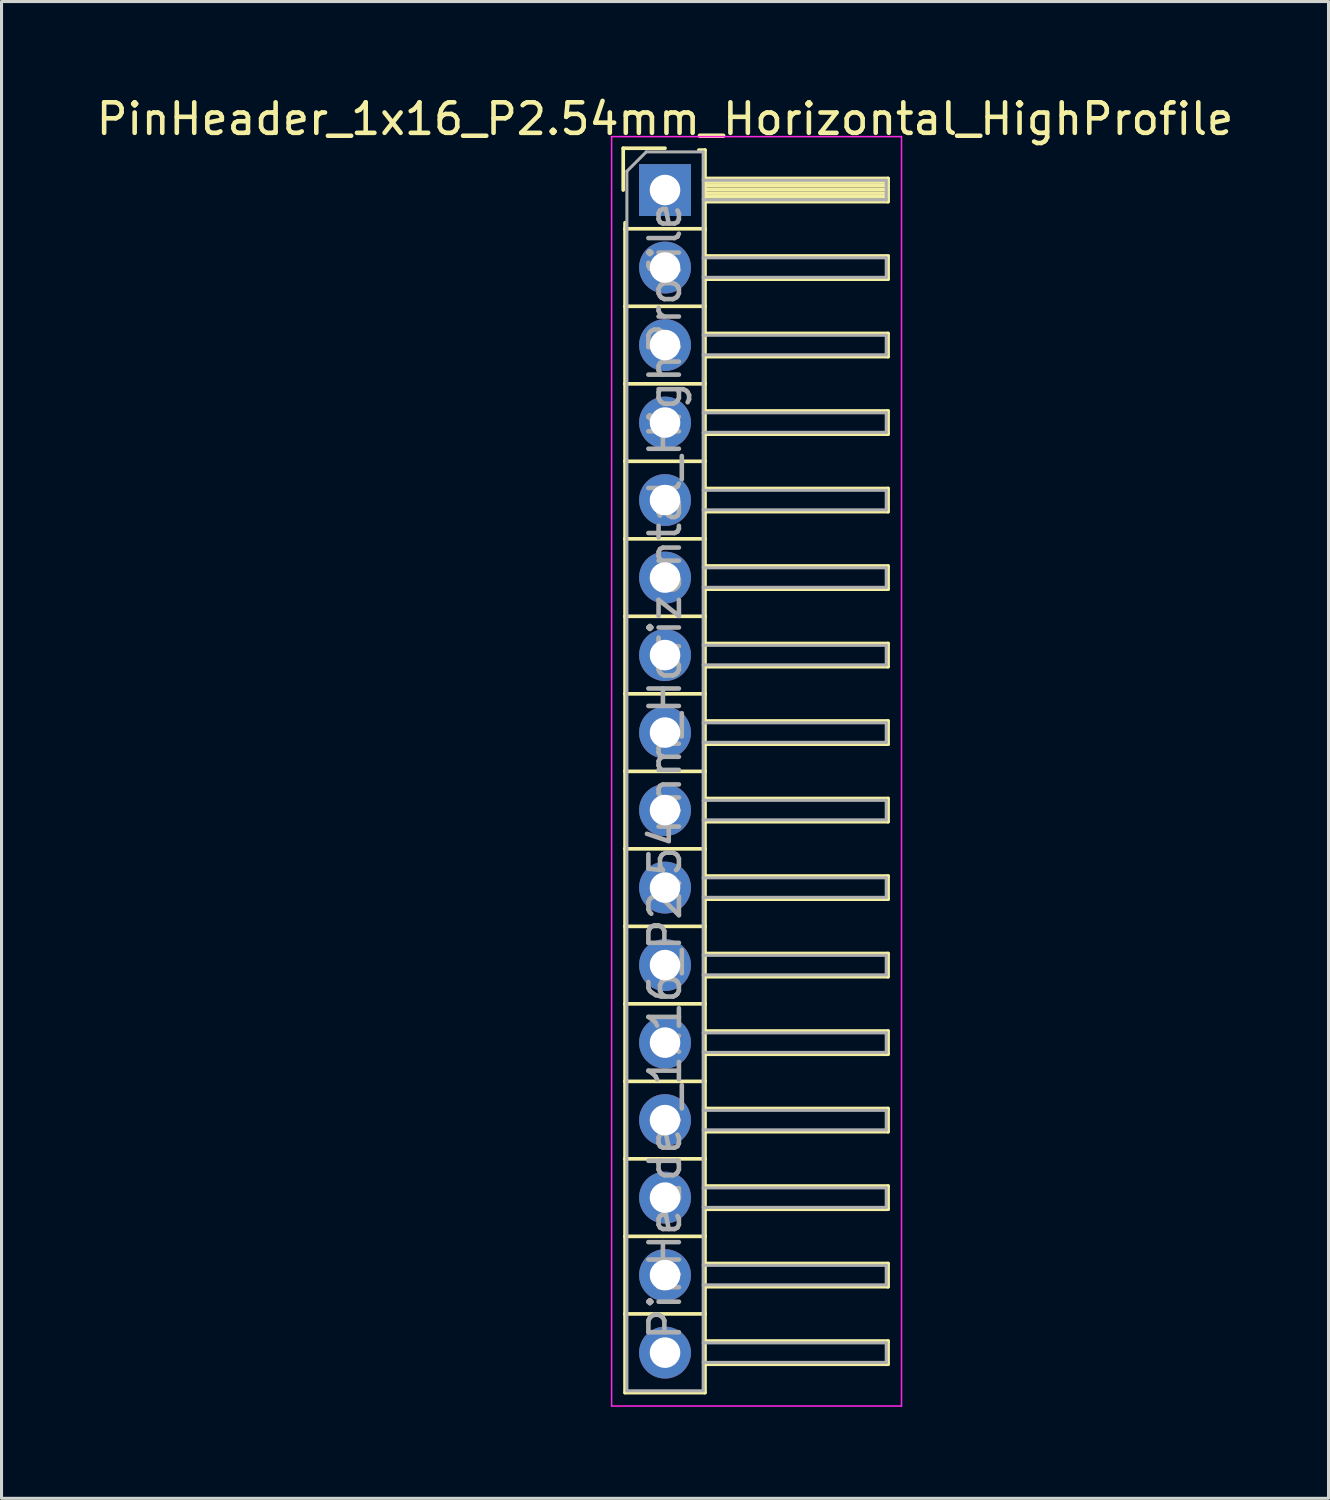
<source format=kicad_pcb>
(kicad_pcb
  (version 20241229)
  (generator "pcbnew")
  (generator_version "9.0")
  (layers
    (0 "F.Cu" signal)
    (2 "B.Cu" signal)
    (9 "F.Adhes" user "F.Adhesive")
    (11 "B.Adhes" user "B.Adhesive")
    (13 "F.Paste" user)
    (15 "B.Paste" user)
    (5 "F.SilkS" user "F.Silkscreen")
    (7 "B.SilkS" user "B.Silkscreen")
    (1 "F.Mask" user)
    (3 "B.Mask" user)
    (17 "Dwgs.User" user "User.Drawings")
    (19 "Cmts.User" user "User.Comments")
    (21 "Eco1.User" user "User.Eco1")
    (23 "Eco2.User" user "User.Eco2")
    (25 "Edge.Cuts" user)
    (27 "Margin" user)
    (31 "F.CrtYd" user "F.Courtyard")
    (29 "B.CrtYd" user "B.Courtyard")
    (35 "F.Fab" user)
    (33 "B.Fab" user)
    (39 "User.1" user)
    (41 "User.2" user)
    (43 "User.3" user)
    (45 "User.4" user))
  (footprint "PinHeader_1x16_P2.54mm_Horizontal_HighProfile"
    (layer "F.Cu")
    (at 18.744 3.178)
    (property "Reference" "PinHeader_1x16_P2.54mm_Horizontal_HighProfile" (at 0 -2.33 0) (layer "F.SilkS") (effects (font (size 1 1) (thickness 0.15))))
    (attr through_hole)
    (fp_line (start -1.37 -1.37) (end -1.37 0) (stroke (width 0.12) (type solid)) (layer "F.SilkS"))
    (fp_line (start -1.37 -1.37) (end 0 -1.37) (stroke (width 0.12) (type solid)) (layer "F.SilkS"))
    (fp_line (start -1.31 1.27) (end -1.31 1.07) (stroke (width 0.12) (type solid)) (layer "F.SilkS"))
    (fp_line (start -1.31 1.27) (end -1.31 3.81) (stroke (width 0.12) (type solid)) (layer "F.SilkS"))
    (fp_line (start -1.31 1.27) (end 1.31 1.27) (stroke (width 0.12) (type solid)) (layer "F.SilkS"))
    (fp_line (start -1.31 3.81) (end -1.31 6.35) (stroke (width 0.12) (type solid)) (layer "F.SilkS"))
    (fp_line (start -1.31 3.81) (end 1.31 3.81) (stroke (width 0.12) (type solid)) (layer "F.SilkS"))
    (fp_line (start -1.31 6.35) (end -1.31 8.89) (stroke (width 0.12) (type solid)) (layer "F.SilkS"))
    (fp_line (start -1.31 6.35) (end 1.31 6.35) (stroke (width 0.12) (type solid)) (layer "F.SilkS"))
    (fp_line (start -1.31 8.89) (end -1.31 11.43) (stroke (width 0.12) (type solid)) (layer "F.SilkS"))
    (fp_line (start -1.31 8.89) (end 1.31 8.89) (stroke (width 0.12) (type solid)) (layer "F.SilkS"))
    (fp_line (start -1.31 11.43) (end -1.31 13.97) (stroke (width 0.12) (type solid)) (layer "F.SilkS"))
    (fp_line (start -1.31 11.43) (end 1.31 11.43) (stroke (width 0.12) (type solid)) (layer "F.SilkS"))
    (fp_line (start -1.31 13.97) (end -1.31 16.51) (stroke (width 0.12) (type solid)) (layer "F.SilkS"))
    (fp_line (start -1.31 13.97) (end 1.31 13.97) (stroke (width 0.12) (type solid)) (layer "F.SilkS"))
    (fp_line (start -1.31 16.51) (end -1.31 19.05) (stroke (width 0.12) (type solid)) (layer "F.SilkS"))
    (fp_line (start -1.31 16.51) (end 1.31 16.51) (stroke (width 0.12) (type solid)) (layer "F.SilkS"))
    (fp_line (start -1.31 19.05) (end -1.31 21.59) (stroke (width 0.12) (type solid)) (layer "F.SilkS"))
    (fp_line (start -1.31 19.05) (end 1.31 19.05) (stroke (width 0.12) (type solid)) (layer "F.SilkS"))
    (fp_line (start -1.31 21.59) (end -1.31 24.13) (stroke (width 0.12) (type solid)) (layer "F.SilkS"))
    (fp_line (start -1.31 21.59) (end 1.31 21.59) (stroke (width 0.12) (type solid)) (layer "F.SilkS"))
    (fp_line (start -1.31 24.13) (end -1.31 26.67) (stroke (width 0.12) (type solid)) (layer "F.SilkS"))
    (fp_line (start -1.31 24.13) (end 1.31 24.13) (stroke (width 0.12) (type solid)) (layer "F.SilkS"))
    (fp_line (start -1.31 26.67) (end -1.31 29.21) (stroke (width 0.12) (type solid)) (layer "F.SilkS"))
    (fp_line (start -1.31 26.67) (end 1.31 26.67) (stroke (width 0.12) (type solid)) (layer "F.SilkS"))
    (fp_line (start -1.31 29.21) (end -1.31 31.75) (stroke (width 0.12) (type solid)) (layer "F.SilkS"))
    (fp_line (start -1.31 29.21) (end 1.31 29.21) (stroke (width 0.12) (type solid)) (layer "F.SilkS"))
    (fp_line (start -1.31 31.75) (end -1.31 34.29) (stroke (width 0.12) (type solid)) (layer "F.SilkS"))
    (fp_line (start -1.31 31.75) (end 1.31 31.75) (stroke (width 0.12) (type solid)) (layer "F.SilkS"))
    (fp_line (start -1.31 34.29) (end -1.31 36.83) (stroke (width 0.12) (type solid)) (layer "F.SilkS"))
    (fp_line (start -1.31 34.29) (end 1.31 34.29) (stroke (width 0.12) (type solid)) (layer "F.SilkS"))
    (fp_line (start -1.31 36.83) (end -1.31 39.41) (stroke (width 0.12) (type solid)) (layer "F.SilkS"))
    (fp_line (start -1.31 36.83) (end 1.31 36.83) (stroke (width 0.12) (type solid)) (layer "F.SilkS"))
    (fp_line (start -1.31 39.41) (end 1.31 39.41) (stroke (width 0.12) (type solid)) (layer "F.SilkS"))
    (fp_line (start 1.11 -1.31) (end 1.31 -1.31) (stroke (width 0.12) (type solid)) (layer "F.SilkS"))
    (fp_line (start 1.31 -1.31) (end 1.31 1.31) (stroke (width 0.12) (type solid)) (layer "F.SilkS"))
    (fp_line (start 1.31 -0.38) (end 7.31 -0.38) (stroke (width 0.12) (type solid)) (layer "F.SilkS"))
    (fp_line (start 1.31 -0.26) (end 7.31 -0.26) (stroke (width 0.12) (type solid)) (layer "F.SilkS"))
    (fp_line (start 1.31 -0.14) (end 7.31 -0.14) (stroke (width 0.12) (type solid)) (layer "F.SilkS"))
    (fp_line (start 1.31 -0.02) (end 7.31 -0.02) (stroke (width 0.12) (type solid)) (layer "F.SilkS"))
    (fp_line (start 1.31 0.1) (end 7.31 0.1) (stroke (width 0.12) (type solid)) (layer "F.SilkS"))
    (fp_line (start 1.31 0.22) (end 7.31 0.22) (stroke (width 0.12) (type solid)) (layer "F.SilkS"))
    (fp_line (start 1.31 0.34) (end 7.31 0.34) (stroke (width 0.12) (type solid)) (layer "F.SilkS"))
    (fp_line (start 1.31 0.38) (end 7.31 0.38) (stroke (width 0.12) (type solid)) (layer "F.SilkS"))
    (fp_line (start 1.31 1.27) (end 1.31 3.81) (stroke (width 0.12) (type solid)) (layer "F.SilkS"))
    (fp_line (start 1.31 2.16) (end 7.31 2.16) (stroke (width 0.12) (type solid)) (layer "F.SilkS"))
    (fp_line (start 1.31 2.92) (end 7.31 2.92) (stroke (width 0.12) (type solid)) (layer "F.SilkS"))
    (fp_line (start 1.31 3.81) (end 1.31 6.35) (stroke (width 0.12) (type solid)) (layer "F.SilkS"))
    (fp_line (start 1.31 4.7) (end 7.31 4.7) (stroke (width 0.12) (type solid)) (layer "F.SilkS"))
    (fp_line (start 1.31 5.46) (end 7.31 5.46) (stroke (width 0.12) (type solid)) (layer "F.SilkS"))
    (fp_line (start 1.31 6.35) (end 1.31 8.89) (stroke (width 0.12) (type solid)) (layer "F.SilkS"))
    (fp_line (start 1.31 7.24) (end 7.31 7.24) (stroke (width 0.12) (type solid)) (layer "F.SilkS"))
    (fp_line (start 1.31 8) (end 7.31 8) (stroke (width 0.12) (type solid)) (layer "F.SilkS"))
    (fp_line (start 1.31 8.89) (end 1.31 11.43) (stroke (width 0.12) (type solid)) (layer "F.SilkS"))
    (fp_line (start 1.31 9.78) (end 7.31 9.78) (stroke (width 0.12) (type solid)) (layer "F.SilkS"))
    (fp_line (start 1.31 10.54) (end 7.31 10.54) (stroke (width 0.12) (type solid)) (layer "F.SilkS"))
    (fp_line (start 1.31 11.43) (end 1.31 13.97) (stroke (width 0.12) (type solid)) (layer "F.SilkS"))
    (fp_line (start 1.31 12.32) (end 7.31 12.32) (stroke (width 0.12) (type solid)) (layer "F.SilkS"))
    (fp_line (start 1.31 13.08) (end 7.31 13.08) (stroke (width 0.12) (type solid)) (layer "F.SilkS"))
    (fp_line (start 1.31 13.97) (end 1.31 16.51) (stroke (width 0.12) (type solid)) (layer "F.SilkS"))
    (fp_line (start 1.31 14.86) (end 7.31 14.86) (stroke (width 0.12) (type solid)) (layer "F.SilkS"))
    (fp_line (start 1.31 15.62) (end 7.31 15.62) (stroke (width 0.12) (type solid)) (layer "F.SilkS"))
    (fp_line (start 1.31 16.51) (end 1.31 19.05) (stroke (width 0.12) (type solid)) (layer "F.SilkS"))
    (fp_line (start 1.31 17.4) (end 7.31 17.4) (stroke (width 0.12) (type solid)) (layer "F.SilkS"))
    (fp_line (start 1.31 18.16) (end 7.31 18.16) (stroke (width 0.12) (type solid)) (layer "F.SilkS"))
    (fp_line (start 1.31 19.05) (end 1.31 21.59) (stroke (width 0.12) (type solid)) (layer "F.SilkS"))
    (fp_line (start 1.31 19.94) (end 7.31 19.94) (stroke (width 0.12) (type solid)) (layer "F.SilkS"))
    (fp_line (start 1.31 20.7) (end 7.31 20.7) (stroke (width 0.12) (type solid)) (layer "F.SilkS"))
    (fp_line (start 1.31 21.59) (end 1.31 24.13) (stroke (width 0.12) (type solid)) (layer "F.SilkS"))
    (fp_line (start 1.31 22.48) (end 7.31 22.48) (stroke (width 0.12) (type solid)) (layer "F.SilkS"))
    (fp_line (start 1.31 23.24) (end 7.31 23.24) (stroke (width 0.12) (type solid)) (layer "F.SilkS"))
    (fp_line (start 1.31 24.13) (end 1.31 26.67) (stroke (width 0.12) (type solid)) (layer "F.SilkS"))
    (fp_line (start 1.31 25.02) (end 7.31 25.02) (stroke (width 0.12) (type solid)) (layer "F.SilkS"))
    (fp_line (start 1.31 25.78) (end 7.31 25.78) (stroke (width 0.12) (type solid)) (layer "F.SilkS"))
    (fp_line (start 1.31 26.67) (end 1.31 29.21) (stroke (width 0.12) (type solid)) (layer "F.SilkS"))
    (fp_line (start 1.31 27.56) (end 7.31 27.56) (stroke (width 0.12) (type solid)) (layer "F.SilkS"))
    (fp_line (start 1.31 28.32) (end 7.31 28.32) (stroke (width 0.12) (type solid)) (layer "F.SilkS"))
    (fp_line (start 1.31 29.21) (end 1.31 31.75) (stroke (width 0.12) (type solid)) (layer "F.SilkS"))
    (fp_line (start 1.31 30.1) (end 7.31 30.1) (stroke (width 0.12) (type solid)) (layer "F.SilkS"))
    (fp_line (start 1.31 30.86) (end 7.31 30.86) (stroke (width 0.12) (type solid)) (layer "F.SilkS"))
    (fp_line (start 1.31 31.75) (end 1.31 34.29) (stroke (width 0.12) (type solid)) (layer "F.SilkS"))
    (fp_line (start 1.31 32.64) (end 7.31 32.64) (stroke (width 0.12) (type solid)) (layer "F.SilkS"))
    (fp_line (start 1.31 33.4) (end 7.31 33.4) (stroke (width 0.12) (type solid)) (layer "F.SilkS"))
    (fp_line (start 1.31 34.29) (end 1.31 36.83) (stroke (width 0.12) (type solid)) (layer "F.SilkS"))
    (fp_line (start 1.31 35.18) (end 7.31 35.18) (stroke (width 0.12) (type solid)) (layer "F.SilkS"))
    (fp_line (start 1.31 35.94) (end 7.31 35.94) (stroke (width 0.12) (type solid)) (layer "F.SilkS"))
    (fp_line (start 1.31 36.83) (end 1.31 39.41) (stroke (width 0.12) (type solid)) (layer "F.SilkS"))
    (fp_line (start 1.31 37.72) (end 7.31 37.72) (stroke (width 0.12) (type solid)) (layer "F.SilkS"))
    (fp_line (start 1.31 38.48) (end 7.31 38.48) (stroke (width 0.12) (type solid)) (layer "F.SilkS"))
    (fp_line (start 7.31 -0.38) (end 7.31 0.38) (stroke (width 0.12) (type solid)) (layer "F.SilkS"))
    (fp_line (start 7.31 2.16) (end 7.31 2.92) (stroke (width 0.12) (type solid)) (layer "F.SilkS"))
    (fp_line (start 7.31 4.7) (end 7.31 5.46) (stroke (width 0.12) (type solid)) (layer "F.SilkS"))
    (fp_line (start 7.31 7.24) (end 7.31 8) (stroke (width 0.12) (type solid)) (layer "F.SilkS"))
    (fp_line (start 7.31 9.78) (end 7.31 10.54) (stroke (width 0.12) (type solid)) (layer "F.SilkS"))
    (fp_line (start 7.31 12.32) (end 7.31 13.08) (stroke (width 0.12) (type solid)) (layer "F.SilkS"))
    (fp_line (start 7.31 14.86) (end 7.31 15.62) (stroke (width 0.12) (type solid)) (layer "F.SilkS"))
    (fp_line (start 7.31 17.4) (end 7.31 18.16) (stroke (width 0.12) (type solid)) (layer "F.SilkS"))
    (fp_line (start 7.31 19.94) (end 7.31 20.7) (stroke (width 0.12) (type solid)) (layer "F.SilkS"))
    (fp_line (start 7.31 22.48) (end 7.31 23.24) (stroke (width 0.12) (type solid)) (layer "F.SilkS"))
    (fp_line (start 7.31 25.02) (end 7.31 25.78) (stroke (width 0.12) (type solid)) (layer "F.SilkS"))
    (fp_line (start 7.31 27.56) (end 7.31 28.32) (stroke (width 0.12) (type solid)) (layer "F.SilkS"))
    (fp_line (start 7.31 30.1) (end 7.31 30.86) (stroke (width 0.12) (type solid)) (layer "F.SilkS"))
    (fp_line (start 7.31 32.64) (end 7.31 33.4) (stroke (width 0.12) (type solid)) (layer "F.SilkS"))
    (fp_line (start 7.31 35.18) (end 7.31 35.94) (stroke (width 0.12) (type solid)) (layer "F.SilkS"))
    (fp_line (start 7.31 37.72) (end 7.31 38.48) (stroke (width 0.12) (type solid)) (layer "F.SilkS"))
    (fp_line (start -1.75 -1.75) (end -1.75 39.85) (stroke (width 0.05) (type solid)) (layer "F.CrtYd"))
    (fp_line (start -1.75 -1.75) (end 7.75 -1.75) (stroke (width 0.05) (type solid)) (layer "F.CrtYd"))
    (fp_line (start -1.75 39.85) (end 7.75 39.85) (stroke (width 0.05) (type solid)) (layer "F.CrtYd"))
    (fp_line (start 7.75 -1.75) (end 7.75 39.85) (stroke (width 0.05) (type solid)) (layer "F.CrtYd"))
    (fp_line (start -1.25 -0.615) (end -1.25 39.35) (stroke (width 0.1) (type solid)) (layer "F.Fab"))
    (fp_line (start -1.25 -0.615) (end -0.615 -1.25) (stroke (width 0.1) (type solid)) (layer "F.Fab"))
    (fp_line (start -1.25 39.35) (end 1.25 39.35) (stroke (width 0.1) (type solid)) (layer "F.Fab"))
    (fp_line (start -0.615 -1.25) (end 1.25 -1.25) (stroke (width 0.1) (type solid)) (layer "F.Fab"))
    (fp_line (start 1.25 -1.25) (end 1.25 39.35) (stroke (width 0.1) (type solid)) (layer "F.Fab"))
    (fp_line (start 1.25 -0.32) (end 7.25 -0.32) (stroke (width 0.1) (type solid)) (layer "F.Fab"))
    (fp_line (start 1.25 0.32) (end 7.25 0.32) (stroke (width 0.1) (type solid)) (layer "F.Fab"))
    (fp_line (start 1.25 2.22) (end 7.25 2.22) (stroke (width 0.1) (type solid)) (layer "F.Fab"))
    (fp_line (start 1.25 2.86) (end 7.25 2.86) (stroke (width 0.1) (type solid)) (layer "F.Fab"))
    (fp_line (start 1.25 4.76) (end 7.25 4.76) (stroke (width 0.1) (type solid)) (layer "F.Fab"))
    (fp_line (start 1.25 5.4) (end 7.25 5.4) (stroke (width 0.1) (type solid)) (layer "F.Fab"))
    (fp_line (start 1.25 7.3) (end 7.25 7.3) (stroke (width 0.1) (type solid)) (layer "F.Fab"))
    (fp_line (start 1.25 7.94) (end 7.25 7.94) (stroke (width 0.1) (type solid)) (layer "F.Fab"))
    (fp_line (start 1.25 9.84) (end 7.25 9.84) (stroke (width 0.1) (type solid)) (layer "F.Fab"))
    (fp_line (start 1.25 10.48) (end 7.25 10.48) (stroke (width 0.1) (type solid)) (layer "F.Fab"))
    (fp_line (start 1.25 12.38) (end 7.25 12.38) (stroke (width 0.1) (type solid)) (layer "F.Fab"))
    (fp_line (start 1.25 13.02) (end 7.25 13.02) (stroke (width 0.1) (type solid)) (layer "F.Fab"))
    (fp_line (start 1.25 14.92) (end 7.25 14.92) (stroke (width 0.1) (type solid)) (layer "F.Fab"))
    (fp_line (start 1.25 15.56) (end 7.25 15.56) (stroke (width 0.1) (type solid)) (layer "F.Fab"))
    (fp_line (start 1.25 17.46) (end 7.25 17.46) (stroke (width 0.1) (type solid)) (layer "F.Fab"))
    (fp_line (start 1.25 18.1) (end 7.25 18.1) (stroke (width 0.1) (type solid)) (layer "F.Fab"))
    (fp_line (start 1.25 20) (end 7.25 20) (stroke (width 0.1) (type solid)) (layer "F.Fab"))
    (fp_line (start 1.25 20.64) (end 7.25 20.64) (stroke (width 0.1) (type solid)) (layer "F.Fab"))
    (fp_line (start 1.25 22.54) (end 7.25 22.54) (stroke (width 0.1) (type solid)) (layer "F.Fab"))
    (fp_line (start 1.25 23.18) (end 7.25 23.18) (stroke (width 0.1) (type solid)) (layer "F.Fab"))
    (fp_line (start 1.25 25.08) (end 7.25 25.08) (stroke (width 0.1) (type solid)) (layer "F.Fab"))
    (fp_line (start 1.25 25.72) (end 7.25 25.72) (stroke (width 0.1) (type solid)) (layer "F.Fab"))
    (fp_line (start 1.25 27.62) (end 7.25 27.62) (stroke (width 0.1) (type solid)) (layer "F.Fab"))
    (fp_line (start 1.25 28.26) (end 7.25 28.26) (stroke (width 0.1) (type solid)) (layer "F.Fab"))
    (fp_line (start 1.25 30.16) (end 7.25 30.16) (stroke (width 0.1) (type solid)) (layer "F.Fab"))
    (fp_line (start 1.25 30.8) (end 7.25 30.8) (stroke (width 0.1) (type solid)) (layer "F.Fab"))
    (fp_line (start 1.25 32.7) (end 7.25 32.7) (stroke (width 0.1) (type solid)) (layer "F.Fab"))
    (fp_line (start 1.25 33.34) (end 7.25 33.34) (stroke (width 0.1) (type solid)) (layer "F.Fab"))
    (fp_line (start 1.25 35.24) (end 7.25 35.24) (stroke (width 0.1) (type solid)) (layer "F.Fab"))
    (fp_line (start 1.25 35.88) (end 7.25 35.88) (stroke (width 0.1) (type solid)) (layer "F.Fab"))
    (fp_line (start 1.25 37.78) (end 7.25 37.78) (stroke (width 0.1) (type solid)) (layer "F.Fab"))
    (fp_line (start 1.25 38.42) (end 7.25 38.42) (stroke (width 0.1) (type solid)) (layer "F.Fab"))
    (fp_line (start 7.25 -0.32) (end 7.25 0.32) (stroke (width 0.1) (type solid)) (layer "F.Fab"))
    (fp_line (start 7.25 2.22) (end 7.25 2.86) (stroke (width 0.1) (type solid)) (layer "F.Fab"))
    (fp_line (start 7.25 4.76) (end 7.25 5.4) (stroke (width 0.1) (type solid)) (layer "F.Fab"))
    (fp_line (start 7.25 7.3) (end 7.25 7.94) (stroke (width 0.1) (type solid)) (layer "F.Fab"))
    (fp_line (start 7.25 9.84) (end 7.25 10.48) (stroke (width 0.1) (type solid)) (layer "F.Fab"))
    (fp_line (start 7.25 12.38) (end 7.25 13.02) (stroke (width 0.1) (type solid)) (layer "F.Fab"))
    (fp_line (start 7.25 14.92) (end 7.25 15.56) (stroke (width 0.1) (type solid)) (layer "F.Fab"))
    (fp_line (start 7.25 17.46) (end 7.25 18.1) (stroke (width 0.1) (type solid)) (layer "F.Fab"))
    (fp_line (start 7.25 20) (end 7.25 20.64) (stroke (width 0.1) (type solid)) (layer "F.Fab"))
    (fp_line (start 7.25 22.54) (end 7.25 23.18) (stroke (width 0.1) (type solid)) (layer "F.Fab"))
    (fp_line (start 7.25 25.08) (end 7.25 25.72) (stroke (width 0.1) (type solid)) (layer "F.Fab"))
    (fp_line (start 7.25 27.62) (end 7.25 28.26) (stroke (width 0.1) (type solid)) (layer "F.Fab"))
    (fp_line (start 7.25 30.16) (end 7.25 30.8) (stroke (width 0.1) (type solid)) (layer "F.Fab"))
    (fp_line (start 7.25 32.7) (end 7.25 33.34) (stroke (width 0.1) (type solid)) (layer "F.Fab"))
    (fp_line (start 7.25 35.24) (end 7.25 35.88) (stroke (width 0.1) (type solid)) (layer "F.Fab"))
    (fp_line (start 7.25 37.78) (end 7.25 38.42) (stroke (width 0.1) (type solid)) (layer "F.Fab"))
    (fp_text user "${REFERENCE}" (at 0 19.05 90) (layer "F.Fab") (effects (font (size 1 1) (thickness 0.15))))
    (pad "1" thru_hole rect (at 0 0) (size 1.7 1.7) (drill 1) (layers "*.Cu" "*.Mask"))
    (pad "2" thru_hole oval (at 0 2.54) (size 1.7 1.7) (drill 1) (layers "*.Cu" "*.Mask"))
    (pad "3" thru_hole oval (at 0 5.08) (size 1.7 1.7) (drill 1) (layers "*.Cu" "*.Mask"))
    (pad "4" thru_hole oval (at 0 7.62) (size 1.7 1.7) (drill 1) (layers "*.Cu" "*.Mask"))
    (pad "5" thru_hole oval (at 0 10.16) (size 1.7 1.7) (drill 1) (layers "*.Cu" "*.Mask"))
    (pad "6" thru_hole oval (at 0 12.7) (size 1.7 1.7) (drill 1) (layers "*.Cu" "*.Mask"))
    (pad "7" thru_hole oval (at 0 15.24) (size 1.7 1.7) (drill 1) (layers "*.Cu" "*.Mask"))
    (pad "8" thru_hole oval (at 0 17.78) (size 1.7 1.7) (drill 1) (layers "*.Cu" "*.Mask"))
    (pad "9" thru_hole oval (at 0 20.32) (size 1.7 1.7) (drill 1) (layers "*.Cu" "*.Mask"))
    (pad "10" thru_hole oval (at 0 22.86) (size 1.7 1.7) (drill 1) (layers "*.Cu" "*.Mask"))
    (pad "11" thru_hole oval (at 0 25.4) (size 1.7 1.7) (drill 1) (layers "*.Cu" "*.Mask"))
    (pad "12" thru_hole oval (at 0 27.94) (size 1.7 1.7) (drill 1) (layers "*.Cu" "*.Mask"))
    (pad "13" thru_hole oval (at 0 30.48) (size 1.7 1.7) (drill 1) (layers "*.Cu" "*.Mask"))
    (pad "14" thru_hole oval (at 0 33.02) (size 1.7 1.7) (drill 1) (layers "*.Cu" "*.Mask"))
    (pad "15" thru_hole oval (at 0 35.56) (size 1.7 1.7) (drill 1) (layers "*.Cu" "*.Mask"))
    (pad "16" thru_hole oval (at 0 38.1) (size 1.7 1.7) (drill 1) (layers "*.Cu" "*.Mask")))
  (gr_rect
    (start -3 -3)
    (end 40.488 46.053)
    (stroke (width 0.1) (type default))
    (fill no)
    (layer "Edge.Cuts")))
</source>
